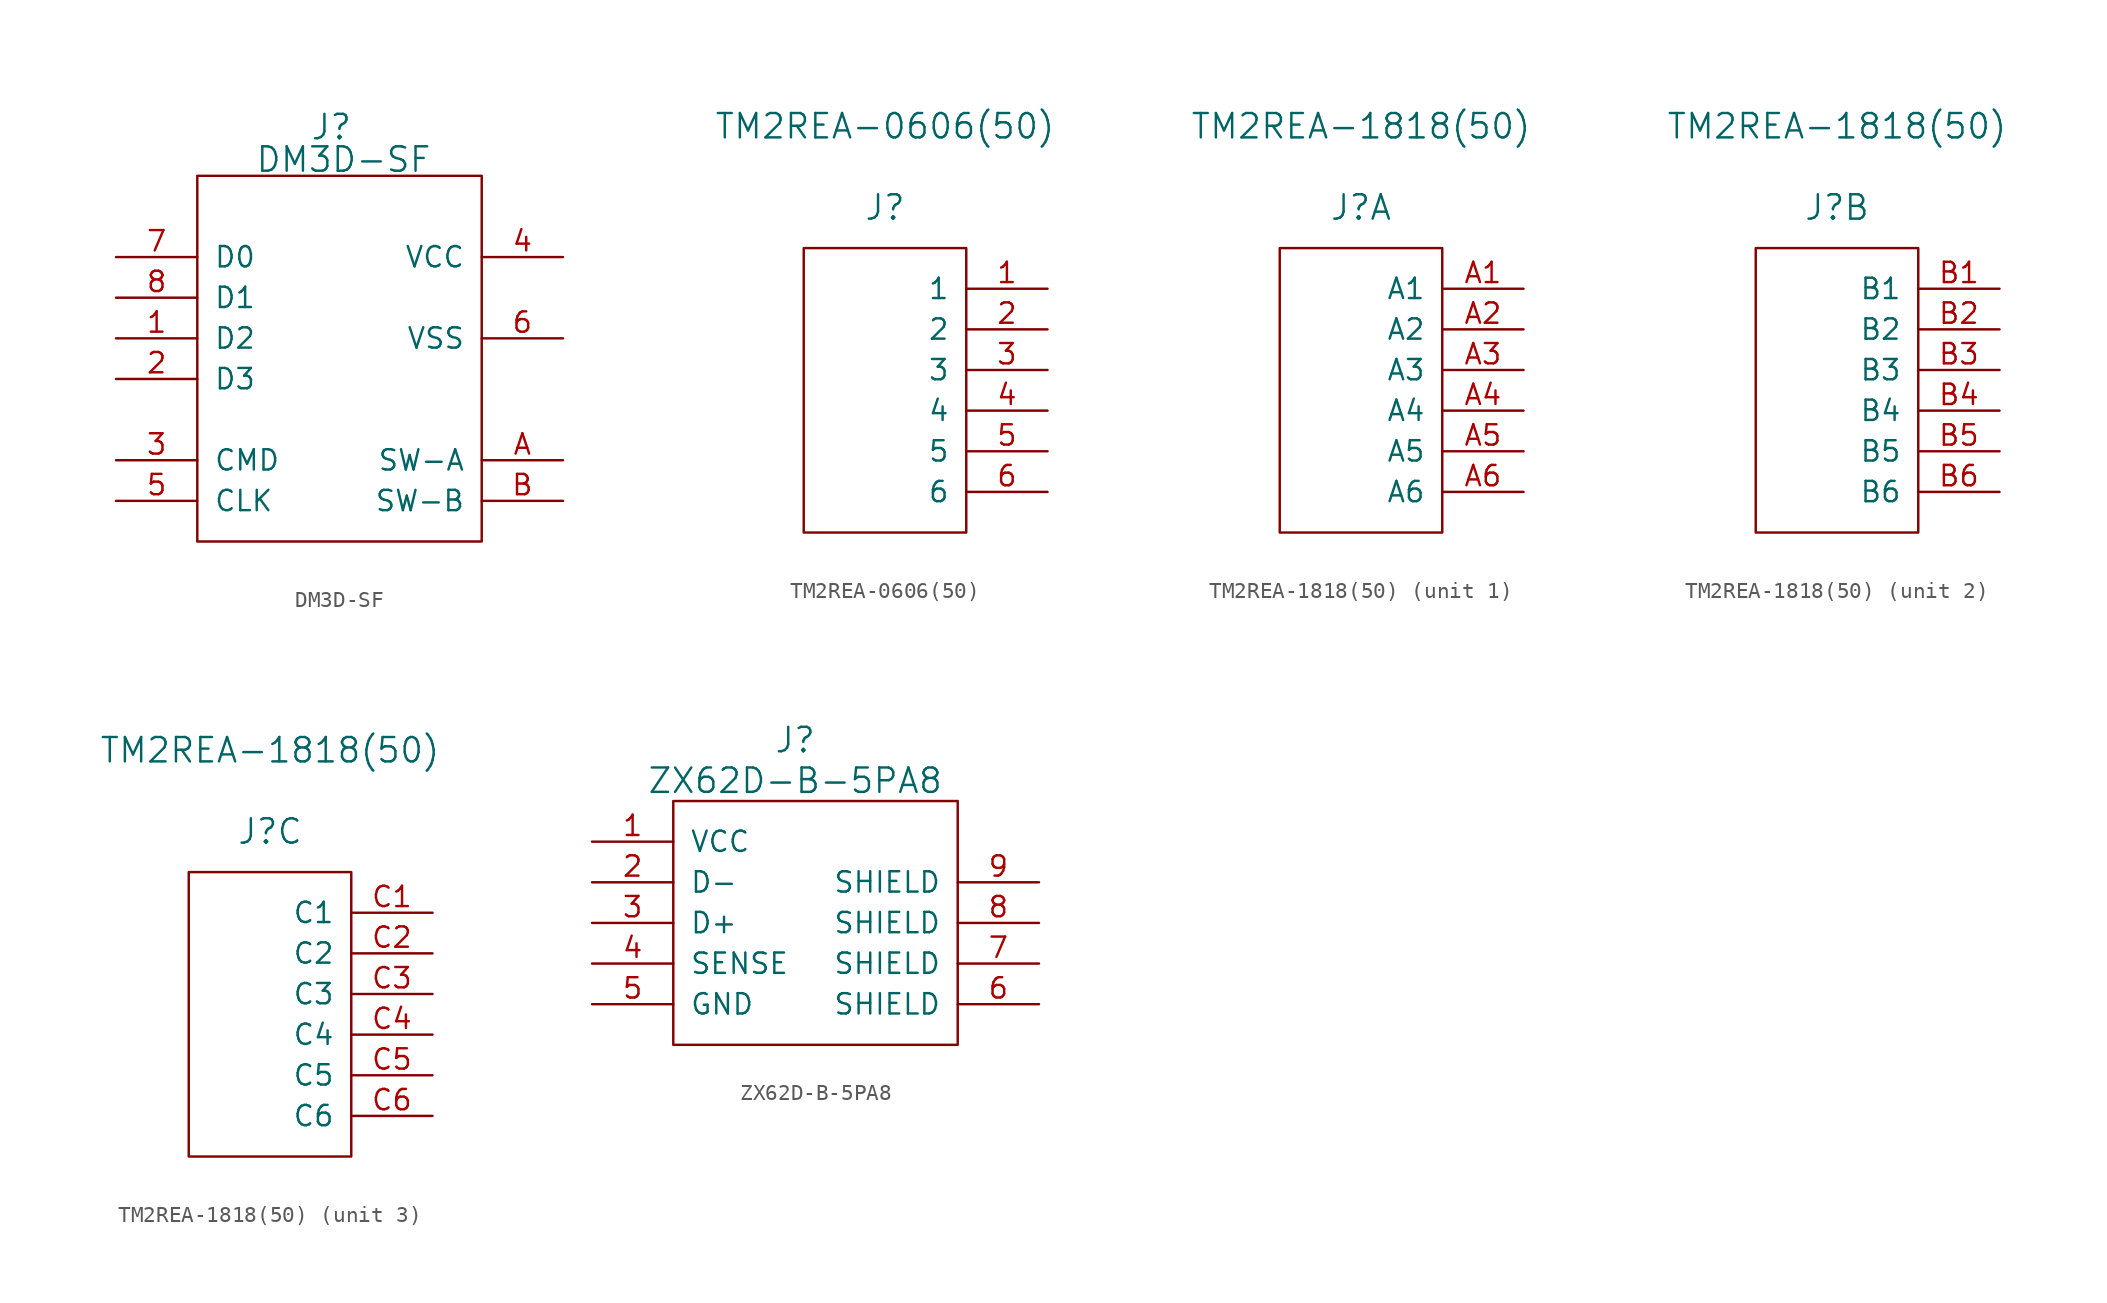
<source format=kicad_sym>
(kicad_symbol_lib
  (version 20220914)
  (generator kicad_symbol_editor)
  (symbol "DM3D-SF"
    (pin_names
      (offset 1.016))
    (property "Reference" "J"
      (at 8.382 25.908 0)
      (effects (font (size 1.524 1.524))))
    (property "Value" "DM3D-SF"
      (at 9.144 23.876 0)
      (effects (font (size 1.524 1.524))))
    (property "Footprint" ""
      (at 0 0.635 0)
      (effects (font (size 1.524 1.524))))
    (property "Datasheet" ""
      (at 0 0.635 0)
      (effects (font (size 1.524 1.524))))
    (symbol "DM3D-SF_0_1"
      (rectangle (start 0 0) (end 17.78 22.86) (stroke (width 0) (type solid)) (fill (type none))))
    (symbol "DM3D-SF_1_1"
      (pin bidirectional line (at -5.08 12.7 0) (length 5.08) (name "D2" (effects (font (size 1.27 1.27)))) (number "1" (effects (font (size 1.27 1.27)))))
      (pin bidirectional line (at -5.08 10.16 0) (length 5.08) (name "D3" (effects (font (size 1.27 1.27)))) (number "2" (effects (font (size 1.27 1.27)))))
      (pin input line (at -5.08 5.08 0) (length 5.08) (name "CMD" (effects (font (size 1.27 1.27)))) (number "3" (effects (font (size 1.27 1.27)))))
      (pin power_in line (at 22.86 17.78 180) (length 5.08) (name "VCC" (effects (font (size 1.27 1.27)))) (number "4" (effects (font (size 1.27 1.27)))))
      (pin input line (at -5.08 2.54 0) (length 5.08) (name "CLK" (effects (font (size 1.27 1.27)))) (number "5" (effects (font (size 1.27 1.27)))))
      (pin power_in line (at 22.86 12.7 180) (length 5.08) (name "VSS" (effects (font (size 1.27 1.27)))) (number "6" (effects (font (size 1.27 1.27)))))
      (pin bidirectional line (at -5.08 17.78 0) (length 5.08) (name "D0" (effects (font (size 1.27 1.27)))) (number "7" (effects (font (size 1.27 1.27)))))
      (pin bidirectional line (at -5.08 15.24 0) (length 5.08) (name "D1" (effects (font (size 1.27 1.27)))) (number "8" (effects (font (size 1.27 1.27)))))
      (pin bidirectional line (at 22.86 5.08 180) (length 5.08) (name "SW-A" (effects (font (size 1.27 1.27)))) (number "A" (effects (font (size 1.27 1.27)))))
      (pin bidirectional line (at 22.86 2.54 180) (length 5.08) (name "SW-B" (effects (font (size 1.27 1.27)))) (number "B" (effects (font (size 1.27 1.27)))))))
  (symbol "TM2REA-0606(50)"
    (pin_names
      (offset 1.016))
    (property "Reference" "J"
      (at 5.08 20.32 0)
      (effects (font (size 1.524 1.524))))
    (property "Value" "TM2REA-0606(50)"
      (at 5.08 25.4 0)
      (effects (font (size 1.524 1.524))))
    (symbol "TM2REA-0606(50)_0_1"
      (rectangle (start 0 0) (end 10.16 17.78) (stroke (width 0) (type solid)) (fill (type none))))
    (symbol "TM2REA-0606(50)_1_1"
      (pin passive line (at 15.24 15.24 180) (length 5.08) (name "1" (effects (font (size 1.27 1.27)))) (number "1" (effects (font (size 1.27 1.27)))))
      (pin passive line (at 15.24 12.7 180) (length 5.08) (name "2" (effects (font (size 1.27 1.27)))) (number "2" (effects (font (size 1.27 1.27)))))
      (pin passive line (at 15.24 10.16 180) (length 5.08) (name "3" (effects (font (size 1.27 1.27)))) (number "3" (effects (font (size 1.27 1.27)))))
      (pin passive line (at 15.24 7.62 180) (length 5.08) (name "4" (effects (font (size 1.27 1.27)))) (number "4" (effects (font (size 1.27 1.27)))))
      (pin passive line (at 15.24 5.08 180) (length 5.08) (name "5" (effects (font (size 1.27 1.27)))) (number "5" (effects (font (size 1.27 1.27)))))
      (pin passive line (at 15.24 2.54 180) (length 5.08) (name "6" (effects (font (size 1.27 1.27)))) (number "6" (effects (font (size 1.27 1.27)))))))
  (symbol "TM2REA-1818(50)"
    (pin_names
      (offset 1.016))
    (property "Reference" "J"
      (at 5.08 20.32 0)
      (effects (font (size 1.524 1.524))))
    (property "Value" "TM2REA-1818(50)"
      (at 5.08 25.4 0)
      (effects (font (size 1.524 1.524))))
    (property "ki_locked" ""
      (at 0 0 0)
      (effects (font (size 1.27 1.27))))
    (symbol "TM2REA-1818(50)_0_1"
      (rectangle (start 0 0) (end 10.16 17.78) (stroke (width 0) (type solid)) (fill (type none))))
    (symbol "TM2REA-1818(50)_1_1"
      (pin passive line (at 15.24 15.24 180) (length 5.08) (name "A1" (effects (font (size 1.27 1.27)))) (number "A1" (effects (font (size 1.27 1.27)))))
      (pin passive line (at 15.24 12.7 180) (length 5.08) (name "A2" (effects (font (size 1.27 1.27)))) (number "A2" (effects (font (size 1.27 1.27)))))
      (pin passive line (at 15.24 10.16 180) (length 5.08) (name "A3" (effects (font (size 1.27 1.27)))) (number "A3" (effects (font (size 1.27 1.27)))))
      (pin passive line (at 15.24 7.62 180) (length 5.08) (name "A4" (effects (font (size 1.27 1.27)))) (number "A4" (effects (font (size 1.27 1.27)))))
      (pin passive line (at 15.24 5.08 180) (length 5.08) (name "A5" (effects (font (size 1.27 1.27)))) (number "A5" (effects (font (size 1.27 1.27)))))
      (pin passive line (at 15.24 2.54 180) (length 5.08) (name "A6" (effects (font (size 1.27 1.27)))) (number "A6" (effects (font (size 1.27 1.27))))))
    (symbol "TM2REA-1818(50)_2_1"
      (pin passive line (at 15.24 15.24 180) (length 5.08) (name "B1" (effects (font (size 1.27 1.27)))) (number "B1" (effects (font (size 1.27 1.27)))))
      (pin passive line (at 15.24 12.7 180) (length 5.08) (name "B2" (effects (font (size 1.27 1.27)))) (number "B2" (effects (font (size 1.27 1.27)))))
      (pin passive line (at 15.24 10.16 180) (length 5.08) (name "B3" (effects (font (size 1.27 1.27)))) (number "B3" (effects (font (size 1.27 1.27)))))
      (pin passive line (at 15.24 7.62 180) (length 5.08) (name "B4" (effects (font (size 1.27 1.27)))) (number "B4" (effects (font (size 1.27 1.27)))))
      (pin passive line (at 15.24 5.08 180) (length 5.08) (name "B5" (effects (font (size 1.27 1.27)))) (number "B5" (effects (font (size 1.27 1.27)))))
      (pin passive line (at 15.24 2.54 180) (length 5.08) (name "B6" (effects (font (size 1.27 1.27)))) (number "B6" (effects (font (size 1.27 1.27))))))
    (symbol "TM2REA-1818(50)_3_1"
      (pin passive line (at 15.24 15.24 180) (length 5.08) (name "C1" (effects (font (size 1.27 1.27)))) (number "C1" (effects (font (size 1.27 1.27)))))
      (pin passive line (at 15.24 12.7 180) (length 5.08) (name "C2" (effects (font (size 1.27 1.27)))) (number "C2" (effects (font (size 1.27 1.27)))))
      (pin passive line (at 15.24 10.16 180) (length 5.08) (name "C3" (effects (font (size 1.27 1.27)))) (number "C3" (effects (font (size 1.27 1.27)))))
      (pin passive line (at 15.24 7.62 180) (length 5.08) (name "C4" (effects (font (size 1.27 1.27)))) (number "C4" (effects (font (size 1.27 1.27)))))
      (pin passive line (at 15.24 5.08 180) (length 5.08) (name "C5" (effects (font (size 1.27 1.27)))) (number "C5" (effects (font (size 1.27 1.27)))))
      (pin passive line (at 15.24 2.54 180) (length 5.08) (name "C6" (effects (font (size 1.27 1.27)))) (number "C6" (effects (font (size 1.27 1.27)))))))
  (symbol "ZX62D-B-5PA8"
    (pin_names
      (offset 1.016))
    (property "Reference" "J"
      (at 7.62 19.05 0)
      (effects (font (size 1.524 1.524))))
    (property "Value" "ZX62D-B-5PA8"
      (at 7.62 16.51 0)
      (effects (font (size 1.524 1.524))))
    (property "Footprint" ""
      (at 0 0.635 0)
      (effects (font (size 1.524 1.524))))
    (property "Datasheet" ""
      (at 0 0.635 0)
      (effects (font (size 1.524 1.524))))
    (symbol "ZX62D-B-5PA8_0_1"
      (rectangle (start 0 0) (end 17.78 15.24) (stroke (width 0) (type solid)) (fill (type none))))
    (symbol "ZX62D-B-5PA8_1_1"
      (pin input line (at -5.08 12.7 0) (length 5.08) (name "VCC" (effects (font (size 1.27 1.27)))) (number "1" (effects (font (size 1.27 1.27)))))
      (pin input line (at -5.08 10.16 0) (length 5.08) (name "D-" (effects (font (size 1.27 1.27)))) (number "2" (effects (font (size 1.27 1.27)))))
      (pin input line (at -5.08 7.62 0) (length 5.08) (name "D+" (effects (font (size 1.27 1.27)))) (number "3" (effects (font (size 1.27 1.27)))))
      (pin input line (at -5.08 5.08 0) (length 5.08) (name "SENSE" (effects (font (size 1.27 1.27)))) (number "4" (effects (font (size 1.27 1.27)))))
      (pin input line (at -5.08 2.54 0) (length 5.08) (name "GND" (effects (font (size 1.27 1.27)))) (number "5" (effects (font (size 1.27 1.27)))))
      (pin bidirectional line (at 22.86 2.54 180) (length 5.08) (name "SHIELD" (effects (font (size 1.27 1.27)))) (number "6" (effects (font (size 1.27 1.27)))))
      (pin bidirectional line (at 22.86 5.08 180) (length 5.08) (name "SHIELD" (effects (font (size 1.27 1.27)))) (number "7" (effects (font (size 1.27 1.27)))))
      (pin bidirectional line (at 22.86 7.62 180) (length 5.08) (name "SHIELD" (effects (font (size 1.27 1.27)))) (number "8" (effects (font (size 1.27 1.27)))))
      (pin bidirectional line (at 22.86 10.16 180) (length 5.08) (name "SHIELD" (effects (font (size 1.27 1.27)))) (number "9" (effects (font (size 1.27 1.27))))))))
</source>
